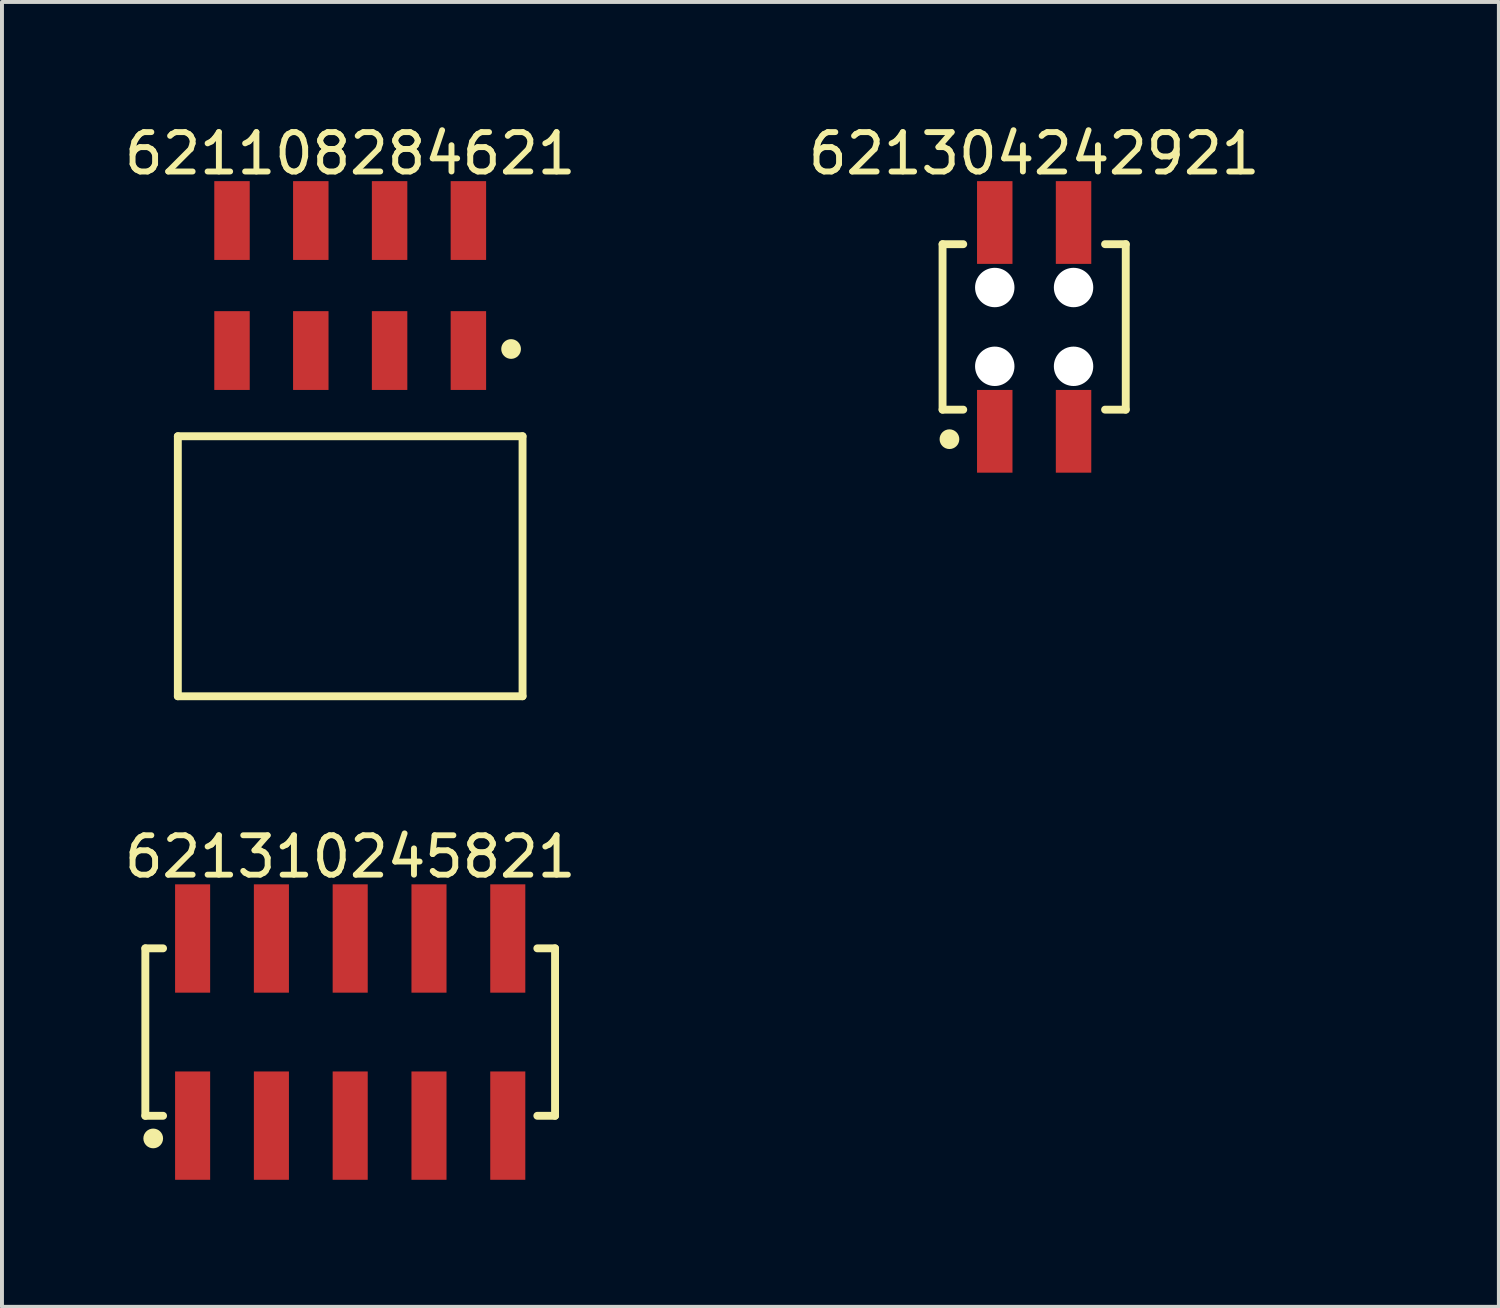
<source format=kicad_pcb>
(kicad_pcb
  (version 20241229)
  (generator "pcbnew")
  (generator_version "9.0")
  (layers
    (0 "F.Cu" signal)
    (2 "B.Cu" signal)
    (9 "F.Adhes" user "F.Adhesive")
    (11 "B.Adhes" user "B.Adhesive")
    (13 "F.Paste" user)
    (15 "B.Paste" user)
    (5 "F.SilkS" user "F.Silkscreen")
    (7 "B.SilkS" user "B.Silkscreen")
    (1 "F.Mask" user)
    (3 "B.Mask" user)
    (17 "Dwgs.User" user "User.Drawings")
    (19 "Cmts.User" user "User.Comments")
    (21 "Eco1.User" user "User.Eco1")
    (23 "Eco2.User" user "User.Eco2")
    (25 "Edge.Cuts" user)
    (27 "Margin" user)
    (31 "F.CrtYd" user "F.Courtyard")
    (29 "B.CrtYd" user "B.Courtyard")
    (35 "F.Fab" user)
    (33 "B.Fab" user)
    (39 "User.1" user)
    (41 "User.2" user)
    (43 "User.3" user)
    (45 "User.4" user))
  (footprint "621108284621"
    (layer "F.Cu")
    (at 5.839 11.323)
    (property "Reference" "621108284621" (at 0 -10.475 0) (layer "F.SilkS") (effects (font (size 1 1) (thickness 0.15))))
    (fp_line (start -4.375 -3.3) (end 4.375 -3.3) (stroke (width 0.2) (type solid)) (layer "F.SilkS"))
    (fp_line (start -4.375 3.3) (end -4.375 -3.3) (stroke (width 0.2) (type solid)) (layer "F.SilkS"))
    (fp_line (start -4.375 3.3) (end 4.375 3.3) (stroke (width 0.2) (type solid)) (layer "F.SilkS"))
    (fp_line (start 4.375 3.3) (end 4.375 -3.3) (stroke (width 0.2) (type solid)) (layer "F.SilkS"))
    (fp_circle (center 4.084 -5.514) (end 4.084 -5.639) (stroke (width 0.25) (type solid)) (fill no) (layer "F.SilkS"))
    (fp_line (start -4.575 -9.975) (end 4.575 -9.975) (stroke (width 0.05) (type solid)) (layer "Eco2.User"))
    (fp_line (start -4.575 3.5) (end -4.575 -9.975) (stroke (width 0.05) (type solid)) (layer "Eco2.User"))
    (fp_line (start -4.575 3.5) (end 4.575 3.5) (stroke (width 0.05) (type solid)) (layer "Eco2.User"))
    (fp_line (start -4.2 -3.175) (end 4.2 -3.175) (stroke (width 0.1) (type solid)) (layer "Eco2.User"))
    (fp_line (start -4.2 3.175) (end -4.2 -3.175) (stroke (width 0.1) (type solid)) (layer "Eco2.User"))
    (fp_line (start -4.2 3.175) (end 4.2 3.175) (stroke (width 0.1) (type solid)) (layer "Eco2.User"))
    (fp_line (start -3.25 -9.275) (end -2.75 -9.275) (stroke (width 0.1) (type solid)) (layer "Eco2.User"))
    (fp_line (start -3.25 -5.975) (end -2.75 -5.975) (stroke (width 0.1) (type solid)) (layer "Eco2.User"))
    (fp_line (start -3.25 -3.175) (end -3.25 -9.275) (stroke (width 0.1) (type solid)) (layer "Eco2.User"))
    (fp_line (start -2.75 -3.175) (end -2.75 -9.275) (stroke (width 0.1) (type solid)) (layer "Eco2.User"))
    (fp_line (start -1.25 -9.275) (end -0.75 -9.275) (stroke (width 0.1) (type solid)) (layer "Eco2.User"))
    (fp_line (start -1.25 -5.975) (end -0.75 -5.975) (stroke (width 0.1) (type solid)) (layer "Eco2.User"))
    (fp_line (start -1.25 -3.175) (end -1.25 -9.275) (stroke (width 0.1) (type solid)) (layer "Eco2.User"))
    (fp_line (start -0.75 -3.175) (end -0.75 -9.275) (stroke (width 0.1) (type solid)) (layer "Eco2.User"))
    (fp_line (start -0.5 0) (end 0.5 0) (stroke (width 0.05) (type solid)) (layer "Eco2.User"))
    (fp_line (start 0 0.5) (end 0 -0.5) (stroke (width 0.05) (type solid)) (layer "Eco2.User"))
    (fp_line (start 0.75 -9.275) (end 1.25 -9.275) (stroke (width 0.1) (type solid)) (layer "Eco2.User"))
    (fp_line (start 0.75 -5.975) (end 1.25 -5.975) (stroke (width 0.1) (type solid)) (layer "Eco2.User"))
    (fp_line (start 0.75 -3.175) (end 0.75 -9.275) (stroke (width 0.1) (type solid)) (layer "Eco2.User"))
    (fp_line (start 1.25 -3.175) (end 1.25 -9.275) (stroke (width 0.1) (type solid)) (layer "Eco2.User"))
    (fp_line (start 2.75 -9.275) (end 3.25 -9.275) (stroke (width 0.1) (type solid)) (layer "Eco2.User"))
    (fp_line (start 2.75 -5.975) (end 3.25 -5.975) (stroke (width 0.1) (type solid)) (layer "Eco2.User"))
    (fp_line (start 2.75 -3.175) (end 2.75 -9.275) (stroke (width 0.1) (type solid)) (layer "Eco2.User"))
    (fp_line (start 3.25 -3.175) (end 3.25 -9.275) (stroke (width 0.1) (type solid)) (layer "Eco2.User"))
    (fp_line (start 4.2 3.175) (end 4.2 -3.175) (stroke (width 0.1) (type solid)) (layer "Eco2.User"))
    (fp_line (start 4.575 3.5) (end 4.575 -9.975) (stroke (width 0.05) (type solid)) (layer "Eco2.User"))
    (fp_text user "${REFERENCE}" (at 0.1 -0.131 0) (unlocked yes) (layer "User.3") (effects (font (size 1 1) (thickness 0.1))))
    (pad "1" smd rect (at 3 -5.475 180) (size 0.9 2) (layers "F.Cu" "F.Mask" "F.Paste"))
    (pad "2" smd rect (at 3 -8.775 180) (size 0.9 2) (layers "F.Cu" "F.Mask" "F.Paste"))
    (pad "3" smd rect (at 1 -5.475 180) (size 0.9 2) (layers "F.Cu" "F.Mask" "F.Paste"))
    (pad "4" smd rect (at 1 -8.775 180) (size 0.9 2) (layers "F.Cu" "F.Mask" "F.Paste"))
    (pad "5" smd rect (at -1 -5.475 180) (size 0.9 2) (layers "F.Cu" "F.Mask" "F.Paste"))
    (pad "6" smd rect (at -1 -8.775 180) (size 0.9 2) (layers "F.Cu" "F.Mask" "F.Paste"))
    (pad "7" smd rect (at -3 -5.475 180) (size 0.9 2) (layers "F.Cu" "F.Mask" "F.Paste"))
    (pad "8" smd rect (at -3 -8.775 180) (size 0.9 2) (layers "F.Cu" "F.Mask" "F.Paste")))
  (footprint "621310245821"
    (layer "F.Cu")
    (at 5.839 23.147)
    (property "Reference" "621310245821" (at 0 -4.45 0) (layer "F.SilkS") (effects (font (size 1 1) (thickness 0.15))))
    (fp_line (start -5.2 -2.125) (end -4.75 -2.125) (stroke (width 0.2) (type solid)) (layer "F.SilkS"))
    (fp_line (start -5.2 2.125) (end -5.2 -2.125) (stroke (width 0.2) (type solid)) (layer "F.SilkS"))
    (fp_line (start -5.2 2.125) (end -4.75 2.125) (stroke (width 0.2) (type solid)) (layer "F.SilkS"))
    (fp_line (start 4.75 -2.125) (end 5.2 -2.125) (stroke (width 0.2) (type solid)) (layer "F.SilkS"))
    (fp_line (start 4.75 2.125) (end 5.2 2.125) (stroke (width 0.2) (type solid)) (layer "F.SilkS"))
    (fp_line (start 5.2 2.125) (end 5.2 -2.125) (stroke (width 0.2) (type solid)) (layer "F.SilkS"))
    (fp_circle (center -5 2.7) (end -5 2.575) (stroke (width 0.25) (type solid)) (fill no) (layer "F.SilkS"))
    (fp_line (start -5.4 -3.95) (end 5.4 -3.95) (stroke (width 0.05) (type solid)) (layer "Eco2.User"))
    (fp_line (start -5.4 3.95) (end -5.4 -3.95) (stroke (width 0.05) (type solid)) (layer "Eco2.User"))
    (fp_line (start -5.4 3.95) (end 5.4 3.95) (stroke (width 0.05) (type solid)) (layer "Eco2.User"))
    (fp_line (start -5 -2) (end 5 -2) (stroke (width 0.1) (type solid)) (layer "Eco2.User"))
    (fp_line (start -5 2) (end -5 -2) (stroke (width 0.1) (type solid)) (layer "Eco2.User"))
    (fp_line (start -5 2) (end 5 2) (stroke (width 0.1) (type solid)) (layer "Eco2.User"))
    (fp_line (start -4.25 -3.1) (end -3.75 -3.1) (stroke (width 0.1) (type solid)) (layer "Eco2.User"))
    (fp_line (start -4.25 -2) (end -4.25 -3.1) (stroke (width 0.1) (type solid)) (layer "Eco2.User"))
    (fp_line (start -4.25 3.1) (end -4.25 2) (stroke (width 0.1) (type solid)) (layer "Eco2.User"))
    (fp_line (start -4.25 3.1) (end -3.75 3.1) (stroke (width 0.1) (type solid)) (layer "Eco2.User"))
    (fp_line (start -3.75 -2) (end -3.75 -3.1) (stroke (width 0.1) (type solid)) (layer "Eco2.User"))
    (fp_line (start -3.75 3.1) (end -3.75 2) (stroke (width 0.1) (type solid)) (layer "Eco2.User"))
    (fp_line (start -2.25 -3.1) (end -1.75 -3.1) (stroke (width 0.1) (type solid)) (layer "Eco2.User"))
    (fp_line (start -2.25 -2) (end -2.25 -3.1) (stroke (width 0.1) (type solid)) (layer "Eco2.User"))
    (fp_line (start -2.25 3.1) (end -2.25 2) (stroke (width 0.1) (type solid)) (layer "Eco2.User"))
    (fp_line (start -2.25 3.1) (end -1.75 3.1) (stroke (width 0.1) (type solid)) (layer "Eco2.User"))
    (fp_line (start -1.75 -2) (end -1.75 -3.1) (stroke (width 0.1) (type solid)) (layer "Eco2.User"))
    (fp_line (start -1.75 3.1) (end -1.75 2) (stroke (width 0.1) (type solid)) (layer "Eco2.User"))
    (fp_line (start -0.25 -3.1) (end 0.25 -3.1) (stroke (width 0.1) (type solid)) (layer "Eco2.User"))
    (fp_line (start -0.25 -2) (end -0.25 -3.1) (stroke (width 0.1) (type solid)) (layer "Eco2.User"))
    (fp_line (start -0.25 3.1) (end -0.25 2) (stroke (width 0.1) (type solid)) (layer "Eco2.User"))
    (fp_line (start -0.25 3.1) (end 0.25 3.1) (stroke (width 0.1) (type solid)) (layer "Eco2.User"))
    (fp_line (start 0.25 -2) (end 0.25 -3.1) (stroke (width 0.1) (type solid)) (layer "Eco2.User"))
    (fp_line (start 0.25 3.1) (end 0.25 2) (stroke (width 0.1) (type solid)) (layer "Eco2.User"))
    (fp_line (start 1.75 -3.1) (end 2.25 -3.1) (stroke (width 0.1) (type solid)) (layer "Eco2.User"))
    (fp_line (start 1.75 -2) (end 1.75 -3.1) (stroke (width 0.1) (type solid)) (layer "Eco2.User"))
    (fp_line (start 1.75 3.1) (end 1.75 2) (stroke (width 0.1) (type solid)) (layer "Eco2.User"))
    (fp_line (start 1.75 3.1) (end 2.25 3.1) (stroke (width 0.1) (type solid)) (layer "Eco2.User"))
    (fp_line (start 2.25 -2) (end 2.25 -3.1) (stroke (width 0.1) (type solid)) (layer "Eco2.User"))
    (fp_line (start 2.25 3.1) (end 2.25 2) (stroke (width 0.1) (type solid)) (layer "Eco2.User"))
    (fp_line (start 3.75 -3.1) (end 4.25 -3.1) (stroke (width 0.1) (type solid)) (layer "Eco2.User"))
    (fp_line (start 3.75 -2) (end 3.75 -3.1) (stroke (width 0.1) (type solid)) (layer "Eco2.User"))
    (fp_line (start 3.75 3.1) (end 3.75 2) (stroke (width 0.1) (type solid)) (layer "Eco2.User"))
    (fp_line (start 3.75 3.1) (end 4.25 3.1) (stroke (width 0.1) (type solid)) (layer "Eco2.User"))
    (fp_line (start 4.25 -2) (end 4.25 -3.1) (stroke (width 0.1) (type solid)) (layer "Eco2.User"))
    (fp_line (start 4.25 3.1) (end 4.25 2) (stroke (width 0.1) (type solid)) (layer "Eco2.User"))
    (fp_line (start 5 2) (end 5 -2) (stroke (width 0.1) (type solid)) (layer "Eco2.User"))
    (fp_line (start 5.4 3.95) (end 5.4 -3.95) (stroke (width 0.05) (type solid)) (layer "Eco2.User"))
    (pad "1" smd rect (at -4 2.375) (size 0.89 2.75) (layers "F.Cu" "F.Mask" "F.Paste"))
    (pad "2" smd rect (at -4 -2.375) (size 0.89 2.75) (layers "F.Cu" "F.Mask" "F.Paste"))
    (pad "3" smd rect (at -2 2.375) (size 0.89 2.75) (layers "F.Cu" "F.Mask" "F.Paste"))
    (pad "4" smd rect (at -2 -2.375) (size 0.89 2.75) (layers "F.Cu" "F.Mask" "F.Paste"))
    (pad "5" smd rect (at 0 2.375) (size 0.89 2.75) (layers "F.Cu" "F.Mask" "F.Paste"))
    (pad "6" smd rect (at 0 -2.375) (size 0.89 2.75) (layers "F.Cu" "F.Mask" "F.Paste"))
    (pad "7" smd rect (at 2 2.375) (size 0.89 2.75) (layers "F.Cu" "F.Mask" "F.Paste"))
    (pad "8" smd rect (at 2 -2.375) (size 0.89 2.75) (layers "F.Cu" "F.Mask" "F.Paste"))
    (pad "9" smd rect (at 4 2.375) (size 0.89 2.75) (layers "F.Cu" "F.Mask" "F.Paste"))
    (pad "10" smd rect (at 4 -2.375) (size 0.89 2.75) (layers "F.Cu" "F.Mask" "F.Paste")))
  (footprint "621304242921"
    (layer "F.Cu")
    (at 23.2 5.248)
    (property "Reference" "621304242921" (at 0 -4.4 0) (layer "F.SilkS") (effects (font (size 1 1) (thickness 0.15))))
    (fp_line (start -2.325 -2.1) (end -1.8 -2.1) (stroke (width 0.2) (type solid)) (layer "F.SilkS"))
    (fp_line (start -2.325 2.1) (end -2.325 -2.1) (stroke (width 0.2) (type solid)) (layer "F.SilkS"))
    (fp_line (start -2.325 2.1) (end -1.8 2.1) (stroke (width 0.2) (type solid)) (layer "F.SilkS"))
    (fp_line (start 1.8 -2.1) (end 2.325 -2.1) (stroke (width 0.2) (type solid)) (layer "F.SilkS"))
    (fp_line (start 1.8 2.1) (end 2.325 2.1) (stroke (width 0.2) (type solid)) (layer "F.SilkS"))
    (fp_line (start 2.325 2.1) (end 2.325 -2.1) (stroke (width 0.2) (type solid)) (layer "F.SilkS"))
    (fp_circle (center -2.15 2.85) (end -2.15 2.725) (stroke (width 0.25) (type solid)) (fill no) (layer "F.SilkS"))
    (fp_line (start -2.525 -3.9) (end 2.525 -3.9) (stroke (width 0.05) (type solid)) (layer "Eco2.User"))
    (fp_line (start -2.525 3.9) (end -2.525 -3.9) (stroke (width 0.05) (type solid)) (layer "Eco2.User"))
    (fp_line (start -2.525 3.9) (end 2.525 3.9) (stroke (width 0.05) (type solid)) (layer "Eco2.User"))
    (fp_line (start -2.2 -2) (end 2.2 -2) (stroke (width 0.1) (type solid)) (layer "Eco2.User"))
    (fp_line (start -2.2 2) (end -2.2 -2) (stroke (width 0.1) (type solid)) (layer "Eco2.User"))
    (fp_line (start -2.2 2) (end 2.2 2) (stroke (width 0.1) (type solid)) (layer "Eco2.User"))
    (fp_line (start -1.25 -3.1) (end -0.75 -3.1) (stroke (width 0.1) (type solid)) (layer "Eco2.User"))
    (fp_line (start -1.25 -2) (end -1.25 -3.1) (stroke (width 0.1) (type solid)) (layer "Eco2.User"))
    (fp_line (start -1.25 3.1) (end -1.25 2) (stroke (width 0.1) (type solid)) (layer "Eco2.User"))
    (fp_line (start -1.25 3.1) (end -0.75 3.1) (stroke (width 0.1) (type solid)) (layer "Eco2.User"))
    (fp_line (start -0.75 -2) (end -0.75 -3.1) (stroke (width 0.1) (type solid)) (layer "Eco2.User"))
    (fp_line (start -0.75 3.1) (end -0.75 2) (stroke (width 0.1) (type solid)) (layer "Eco2.User"))
    (fp_line (start -0.5 0) (end 0.5 0) (stroke (width 0.05) (type solid)) (layer "Eco2.User"))
    (fp_line (start 0 0.5) (end 0 -0.5) (stroke (width 0.05) (type solid)) (layer "Eco2.User"))
    (fp_line (start 0.75 -3.1) (end 1.25 -3.1) (stroke (width 0.1) (type solid)) (layer "Eco2.User"))
    (fp_line (start 0.75 -2) (end 0.75 -3.1) (stroke (width 0.1) (type solid)) (layer "Eco2.User"))
    (fp_line (start 0.75 3.1) (end 0.75 2) (stroke (width 0.1) (type solid)) (layer "Eco2.User"))
    (fp_line (start 0.75 3.1) (end 1.25 3.1) (stroke (width 0.1) (type solid)) (layer "Eco2.User"))
    (fp_line (start 1.25 -2) (end 1.25 -3.1) (stroke (width 0.1) (type solid)) (layer "Eco2.User"))
    (fp_line (start 1.25 3.1) (end 1.25 2) (stroke (width 0.1) (type solid)) (layer "Eco2.User"))
    (fp_line (start 2.2 2) (end 2.2 -2) (stroke (width 0.1) (type solid)) (layer "Eco2.User"))
    (fp_line (start 2.525 3.9) (end 2.525 -3.9) (stroke (width 0.05) (type solid)) (layer "Eco2.User"))
    (fp_text user "${REFERENCE}" (at 0.15 -0.197 0) (unlocked yes) (layer "User.3") (effects (font (size 1.5 1.5) (thickness 0.15))))
    (pad "" np_thru_hole circle (at -1 -1) (size 1 1) (drill 1) (layers "*.Cu" "*.Mask"))
    (pad "" np_thru_hole circle (at -1 1) (size 1 1) (drill 1) (layers "*.Cu" "*.Mask"))
    (pad "" np_thru_hole circle (at 1 -1) (size 1 1) (drill 1) (layers "*.Cu" "*.Mask"))
    (pad "" np_thru_hole circle (at 1 1) (size 1 1) (drill 1) (layers "*.Cu" "*.Mask"))
    (pad "1" smd rect (at -1 2.65) (size 0.9 2.1) (layers "F.Cu" "F.Mask" "F.Paste"))
    (pad "2" smd rect (at -1 -2.65) (size 0.9 2.1) (layers "F.Cu" "F.Mask" "F.Paste"))
    (pad "3" smd rect (at 1 2.65) (size 0.9 2.1) (layers "F.Cu" "F.Mask" "F.Paste"))
    (pad "4" smd rect (at 1 -2.65) (size 0.9 2.1) (layers "F.Cu" "F.Mask" "F.Paste")))
  (gr_rect
    (start -3 -3)
    (end 34.996 30.122)
    (stroke (width 0.1) (type default))
    (fill no)
    (layer "Edge.Cuts")))
</source>
